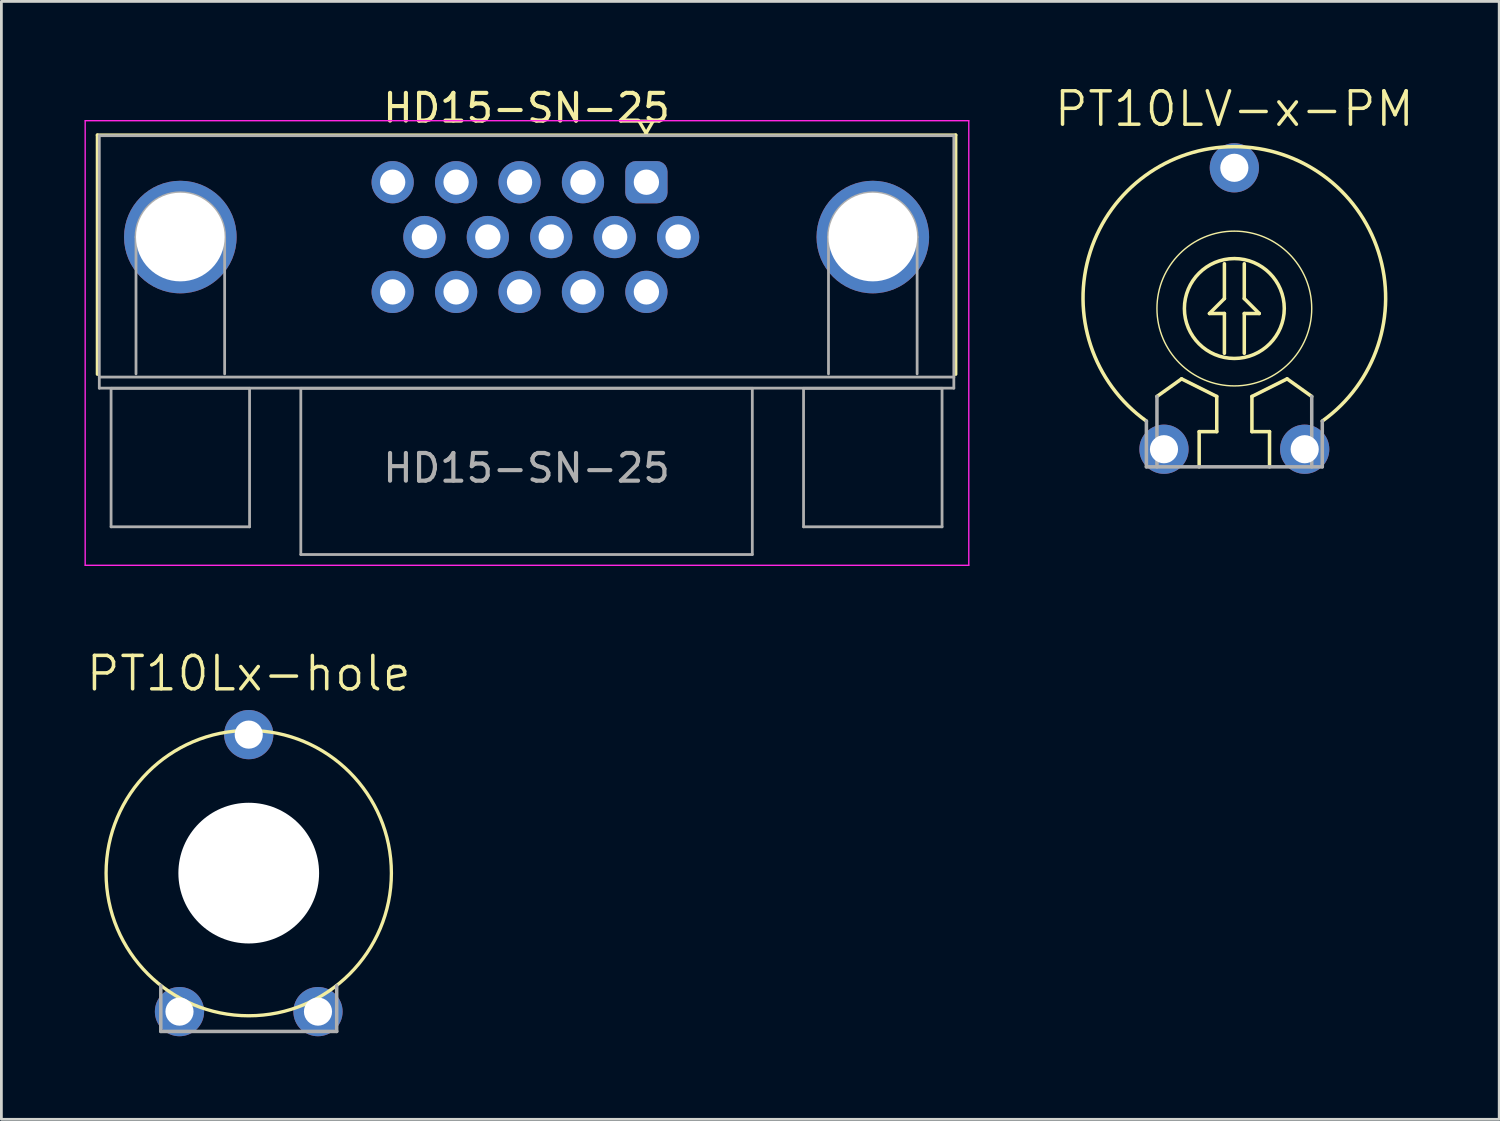
<source format=kicad_pcb>
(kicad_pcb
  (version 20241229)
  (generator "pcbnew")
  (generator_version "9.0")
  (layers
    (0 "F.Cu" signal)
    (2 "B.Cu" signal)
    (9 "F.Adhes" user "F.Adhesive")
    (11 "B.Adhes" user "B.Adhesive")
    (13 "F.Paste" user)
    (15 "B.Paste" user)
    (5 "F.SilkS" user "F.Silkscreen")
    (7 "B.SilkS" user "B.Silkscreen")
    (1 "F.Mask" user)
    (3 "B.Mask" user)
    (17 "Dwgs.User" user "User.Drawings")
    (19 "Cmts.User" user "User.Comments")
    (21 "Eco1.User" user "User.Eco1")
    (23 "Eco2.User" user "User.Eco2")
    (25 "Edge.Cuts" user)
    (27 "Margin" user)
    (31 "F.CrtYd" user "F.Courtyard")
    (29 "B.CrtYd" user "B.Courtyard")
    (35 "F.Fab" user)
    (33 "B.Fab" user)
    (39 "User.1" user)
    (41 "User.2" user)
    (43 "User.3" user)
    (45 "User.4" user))
  (footprint "HD15-SN-25"
    (layer "F.Cu")
    (at 15.96 5.508)
    (property "Reference" "HD15-SN-25" (at 0 -4.66 0) (layer "F.SilkS") (effects (font (size 1 1) (thickness 0.15))))
    (attr through_hole)
    (fp_line (start -15.494 -3.683) (end 15.494 -3.683) (stroke (width 0.12) (type solid)) (layer "F.SilkS"))
    (fp_line (start -15.494 4.953) (end -15.494 -3.683) (stroke (width 0.12) (type solid)) (layer "F.SilkS"))
    (fp_line (start 4.065 -4.183) (end 4.565 -4.183) (stroke (width 0.12) (type solid)) (layer "F.SilkS"))
    (fp_line (start 4.315 -3.75) (end 4.065 -4.183) (stroke (width 0.12) (type solid)) (layer "F.SilkS"))
    (fp_line (start 4.565 -4.183) (end 4.315 -3.75) (stroke (width 0.12) (type solid)) (layer "F.SilkS"))
    (fp_line (start 15.494 -3.683) (end 15.494 4.953) (stroke (width 0.12) (type solid)) (layer "F.SilkS"))
    (fp_line (start -15.935 -4.2) (end -15.935 11.85) (stroke (width 0.05) (type solid)) (layer "F.CrtYd"))
    (fp_line (start -15.935 11.85) (end 15.965 11.85) (stroke (width 0.05) (type solid)) (layer "F.CrtYd"))
    (fp_line (start 15.965 -4.2) (end -15.935 -4.2) (stroke (width 0.05) (type solid)) (layer "F.CrtYd"))
    (fp_line (start 15.965 11.85) (end 15.965 -4.2) (stroke (width 0.05) (type solid)) (layer "F.CrtYd"))
    (fp_line (start -15.425 -3.66) (end -15.425 5.055) (stroke (width 0.1) (type solid)) (layer "F.Fab"))
    (fp_line (start -15.425 5.055) (end -15.425 5.455) (stroke (width 0.1) (type solid)) (layer "F.Fab"))
    (fp_line (start -15.425 5.455) (end 15.425 5.455) (stroke (width 0.1) (type solid)) (layer "F.Fab"))
    (fp_line (start -15 5.461) (end -15 10.461) (stroke (width 0.1) (type solid)) (layer "F.Fab"))
    (fp_line (start -15 10.461) (end -10 10.461) (stroke (width 0.1) (type solid)) (layer "F.Fab"))
    (fp_line (start -14.1 4.94) (end -14.1 0) (stroke (width 0.1) (type solid)) (layer "F.Fab"))
    (fp_line (start -10.9 4.94) (end -10.9 0) (stroke (width 0.1) (type solid)) (layer "F.Fab"))
    (fp_line (start -10 5.461) (end -15 5.461) (stroke (width 0.1) (type solid)) (layer "F.Fab"))
    (fp_line (start -10 10.461) (end -10 5.461) (stroke (width 0.1) (type solid)) (layer "F.Fab"))
    (fp_line (start -8.15 5.461) (end -8.15 11.461) (stroke (width 0.1) (type solid)) (layer "F.Fab"))
    (fp_line (start -8.15 11.461) (end 8.15 11.461) (stroke (width 0.1) (type solid)) (layer "F.Fab"))
    (fp_line (start 8.15 5.461) (end -8.15 5.461) (stroke (width 0.1) (type solid)) (layer "F.Fab"))
    (fp_line (start 8.15 11.461) (end 8.15 5.461) (stroke (width 0.1) (type solid)) (layer "F.Fab"))
    (fp_line (start 10 5.461) (end 10 10.461) (stroke (width 0.1) (type solid)) (layer "F.Fab"))
    (fp_line (start 10 10.461) (end 15 10.461) (stroke (width 0.1) (type solid)) (layer "F.Fab"))
    (fp_line (start 10.9 4.94) (end 10.9 0) (stroke (width 0.1) (type solid)) (layer "F.Fab"))
    (fp_line (start 14.1 4.94) (end 14.1 0) (stroke (width 0.1) (type solid)) (layer "F.Fab"))
    (fp_line (start 15 5.461) (end 10 5.461) (stroke (width 0.1) (type solid)) (layer "F.Fab"))
    (fp_line (start 15 10.461) (end 15 5.461) (stroke (width 0.1) (type solid)) (layer "F.Fab"))
    (fp_line (start 15.425 -3.66) (end -15.425 -3.66) (stroke (width 0.1) (type solid)) (layer "F.Fab"))
    (fp_line (start 15.425 5.055) (end -15.425 5.055) (stroke (width 0.1) (type solid)) (layer "F.Fab"))
    (fp_line (start 15.425 5.055) (end 15.425 -3.66) (stroke (width 0.1) (type solid)) (layer "F.Fab"))
    (fp_line (start 15.425 5.455) (end 15.425 5.055) (stroke (width 0.1) (type solid)) (layer "F.Fab"))
    (fp_arc (start -14.1 0) (mid -12.5 -1.6) (end -10.9 0) (stroke (width 0.1) (type solid)) (layer "F.Fab"))
    (fp_arc (start 10.9 0) (mid 12.5 -1.6) (end 14.1 0) (stroke (width 0.1) (type solid)) (layer "F.Fab"))
    (fp_text user "${REFERENCE}" (at 0 8.34 0) (layer "F.Fab") (effects (font (size 1 1) (thickness 0.15))))
    (pad "0" thru_hole circle (at -12.5 0) (size 4.064 4.064) (drill 3.2) (layers "*.Cu" "*.Mask"))
    (pad "0" thru_hole circle (at 12.5 0) (size 4.064 4.064) (drill 3.2) (layers "*.Cu" "*.Mask"))
    (pad "1" thru_hole roundrect (at 4.326 -1.98) (size 1.524 1.524) (drill 0.914) (layers "*.Cu" "*.Mask") (roundrect_rratio 0.25))
    (pad "2" thru_hole circle (at 2.036 -1.98) (size 1.524 1.524) (drill 0.914) (layers "*.Cu" "*.Mask"))
    (pad "3" thru_hole circle (at -0.254 -1.98) (size 1.524 1.524) (drill 0.914) (layers "*.Cu" "*.Mask"))
    (pad "4" thru_hole circle (at -2.544 -1.98) (size 1.524 1.524) (drill 0.914) (layers "*.Cu" "*.Mask"))
    (pad "5" thru_hole circle (at -4.834 -1.98) (size 1.524 1.524) (drill 0.914) (layers "*.Cu" "*.Mask"))
    (pad "6" thru_hole circle (at 5.471 0) (size 1.524 1.524) (drill 0.914) (layers "*.Cu" "*.Mask"))
    (pad "7" thru_hole circle (at 3.181 0) (size 1.524 1.524) (drill 0.914) (layers "*.Cu" "*.Mask"))
    (pad "8" thru_hole circle (at 0.891 0) (size 1.524 1.524) (drill 0.914) (layers "*.Cu" "*.Mask"))
    (pad "9" thru_hole circle (at -1.399 0) (size 1.524 1.524) (drill 0.914) (layers "*.Cu" "*.Mask"))
    (pad "10" thru_hole circle (at -3.689 0) (size 1.524 1.524) (drill 0.914) (layers "*.Cu" "*.Mask"))
    (pad "11" thru_hole circle (at 4.326 1.98) (size 1.524 1.524) (drill 0.914) (layers "*.Cu" "*.Mask"))
    (pad "12" thru_hole circle (at 2.036 1.98) (size 1.524 1.524) (drill 0.914) (layers "*.Cu" "*.Mask"))
    (pad "13" thru_hole circle (at -0.254 1.98) (size 1.524 1.524) (drill 0.914) (layers "*.Cu" "*.Mask"))
    (pad "14" thru_hole circle (at -2.544 1.98) (size 1.524 1.524) (drill 0.914) (layers "*.Cu" "*.Mask"))
    (pad "15" thru_hole circle (at -4.834 1.98) (size 1.524 1.524) (drill 0.914) (layers "*.Cu" "*.Mask")))
  (footprint "PT10LV-x-PM"
    (layer "F.Cu")
    (at 41.512 8.088)
    (property "Reference" "PT10LV-x-PM" (at 0 -6.5 0) (unlocked yes) (layer "F.SilkS") (effects (font (size 1.206 1.206) (thickness 0.127)) (justify bottom)))
    (attr through_hole)
    (fp_line (start -2.794 3.175) (end -1.905 2.54) (stroke (width 0.127) (type solid)) (layer "F.SilkS"))
    (fp_line (start -1.905 2.54) (end -0.635 3.175) (stroke (width 0.127) (type solid)) (layer "F.SilkS"))
    (fp_line (start -1.27 4.445) (end -1.27 5.715) (stroke (width 0.127) (type solid)) (layer "F.SilkS"))
    (fp_line (start -0.898 0.18) (end -0.359 -0.359) (stroke (width 0.127) (type solid)) (layer "F.SilkS"))
    (fp_line (start -0.635 3.175) (end -0.635 4.445) (stroke (width 0.127) (type solid)) (layer "F.SilkS"))
    (fp_line (start -0.635 4.445) (end -1.27 4.445) (stroke (width 0.127) (type solid)) (layer "F.SilkS"))
    (fp_line (start -0.359 -0.359) (end -0.359 -1.616) (stroke (width 0.127) (type solid)) (layer "F.SilkS"))
    (fp_line (start -0.359 0.18) (end -0.898 0.18) (stroke (width 0.127) (type solid)) (layer "F.SilkS"))
    (fp_line (start -0.359 1.616) (end -0.359 0.18) (stroke (width 0.127) (type solid)) (layer "F.SilkS"))
    (fp_line (start 0.359 -0.359) (end 0.359 -1.616) (stroke (width 0.127) (type solid)) (layer "F.SilkS"))
    (fp_line (start 0.359 0.18) (end 0.898 0.18) (stroke (width 0.127) (type solid)) (layer "F.SilkS"))
    (fp_line (start 0.359 1.616) (end 0.359 0.18) (stroke (width 0.127) (type solid)) (layer "F.SilkS"))
    (fp_line (start 0.635 3.175) (end 1.905 2.54) (stroke (width 0.127) (type solid)) (layer "F.SilkS"))
    (fp_line (start 0.635 4.445) (end 0.635 3.175) (stroke (width 0.127) (type solid)) (layer "F.SilkS"))
    (fp_line (start 0.898 0.18) (end 0.359 -0.359) (stroke (width 0.127) (type solid)) (layer "F.SilkS"))
    (fp_line (start 1.27 4.445) (end 0.635 4.445) (stroke (width 0.127) (type solid)) (layer "F.SilkS"))
    (fp_line (start 1.27 5.715) (end 1.27 4.445) (stroke (width 0.127) (type solid)) (layer "F.SilkS"))
    (fp_line (start 1.905 2.54) (end 2.794 3.175) (stroke (width 0.127) (type solid)) (layer "F.SilkS"))
    (fp_arc (start -3.175 4.064) (mid 0.000001 -5.843475) (end 3.174999 4.064001) (stroke (width 0.127) (type solid)) (layer "F.SilkS"))
    (fp_circle (center 0 0) (end 1.803 0) (stroke (width 0.127) (type solid)) (fill no) (layer "F.SilkS"))
    (fp_circle (center 0 0) (end 2.794 0) (stroke (width 0.051) (type solid)) (fill no) (layer "F.SilkS"))
    (fp_line (start -3.175 5.715) (end -3.175 4.064) (stroke (width 0.127) (type solid)) (layer "F.Fab"))
    (fp_line (start -3.175 5.715) (end 3.175 5.715) (stroke (width 0.127) (type solid)) (layer "F.Fab"))
    (fp_line (start -2.794 5.715) (end -2.794 3.175) (stroke (width 0.127) (type solid)) (layer "F.Fab"))
    (fp_line (start 2.794 3.175) (end 2.794 5.715) (stroke (width 0.127) (type solid)) (layer "F.Fab"))
    (fp_line (start 3.175 4.064) (end 3.175 5.715) (stroke (width 0.127) (type solid)) (layer "F.Fab"))
    (pad "1" thru_hole circle (at -2.54 5.08) (size 1.778 1.778) (drill 1.016) (layers "*.Cu" "*.Mask"))
    (pad "2" thru_hole circle (at 0 -5.08) (size 1.778 1.778) (drill 1.016) (layers "*.Cu" "*.Mask"))
    (pad "3" thru_hole circle (at 2.54 5.08) (size 1.778 1.778) (drill 1.016) (layers "*.Cu" "*.Mask")))
  (footprint "PT10Lx-hole"
    (layer "F.Cu")
    (at 5.93 28.471)
    (property "Reference" "PT10Lx-hole" (at 0 -6.5 0) (unlocked yes) (layer "F.SilkS") (effects (font (size 1.206 1.206) (thickness 0.127)) (justify bottom)))
    (attr through_hole)
    (fp_circle (center 0 0) (end 5.15 0) (stroke (width 0.12) (type solid)) (fill no) (layer "F.SilkS"))
    (fp_line (start -3.175 5.715) (end -3.175 4.064) (stroke (width 0.127) (type solid)) (layer "F.Fab"))
    (fp_line (start -3.175 5.715) (end 3.175 5.715) (stroke (width 0.127) (type solid)) (layer "F.Fab"))
    (fp_line (start 3.175 4.064) (end 3.175 5.715) (stroke (width 0.127) (type solid)) (layer "F.Fab"))
    (pad "" np_thru_hole circle (at 0 0) (size 5.08 5.08) (drill 5.08) (layers "*.Cu" "*.Mask"))
    (pad "1" thru_hole circle (at -2.5 5) (size 1.778 1.778) (drill 1.016) (layers "*.Cu" "*.Mask"))
    (pad "2" thru_hole circle (at 0 -5) (size 1.778 1.778) (drill 1.016) (layers "*.Cu" "*.Mask"))
    (pad "3" thru_hole circle (at 2.5 5) (size 1.778 1.778) (drill 1.016) (layers "*.Cu" "*.Mask")))
  (gr_rect
    (start -3 -3)
    (end 51.074 37.36)
    (stroke (width 0.1) (type default))
    (fill no)
    (layer "Edge.Cuts")))
</source>
